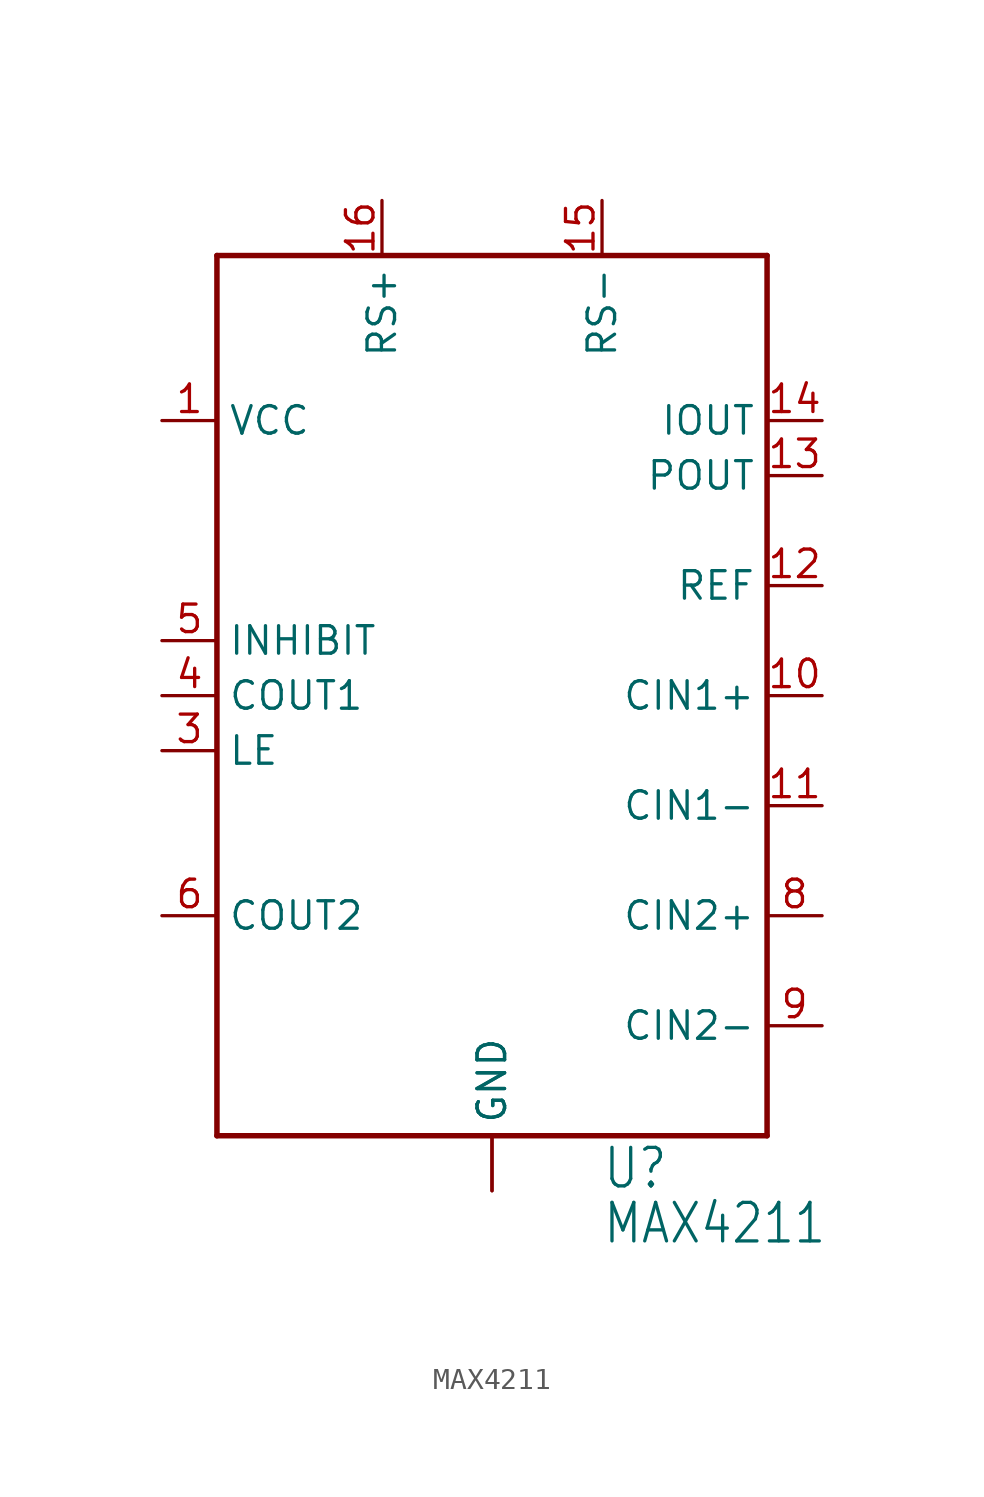
<source format=kicad_sym>
(kicad_symbol_lib
  (version 20211014)
  (generator kicad_symbol_editor)
  (symbol "MAX4211"
    (property "Reference" "U"
      (at 5.08 -25.4 0)
      (effects (font (size 1.778 1.511)) (justify left bottom)))
    (property "Value" "MAX4211"
      (at 5.08 -27.94 0)
      (effects (font (size 1.778 1.511)) (justify left bottom)))
    (property "ki_locked" ""
      (at 0 0 0)
      (effects (font (size 1.27 1.27))))
    (symbol "MAX4211_1_0"
      (polyline (pts (xy -12.7 -22.86) (xy -12.7 17.78)) (stroke (width 0.254) (type default) (color 0 0 0 0)) (fill (type none)))
      (polyline (pts (xy -12.7 17.78) (xy 12.7 17.78)) (stroke (width 0.254) (type default) (color 0 0 0 0)) (fill (type none)))
      (polyline (pts (xy 12.7 -22.86) (xy -12.7 -22.86)) (stroke (width 0.254) (type default) (color 0 0 0 0)) (fill (type none)))
      (polyline (pts (xy 12.7 17.78) (xy 12.7 -22.86)) (stroke (width 0.254) (type default) (color 0 0 0 0)) (fill (type none)))
      (pin power_in line (at -15.24 10.16 0) (length 2.54) (name "VCC" (effects (font (size 1.27 1.27)))) (number "1" (effects (font (size 1.27 1.27)))))
      (pin input line (at 15.24 -2.54 180) (length 2.54) (name "CIN1+" (effects (font (size 1.27 1.27)))) (number "10" (effects (font (size 1.27 1.27)))))
      (pin input line (at 15.24 -7.62 180) (length 2.54) (name "CIN1-" (effects (font (size 1.27 1.27)))) (number "11" (effects (font (size 1.27 1.27)))))
      (pin output line (at 15.24 2.54 180) (length 2.54) (name "REF" (effects (font (size 1.27 1.27)))) (number "12" (effects (font (size 1.27 1.27)))))
      (pin output line (at 15.24 7.62 180) (length 2.54) (name "POUT" (effects (font (size 1.27 1.27)))) (number "13" (effects (font (size 1.27 1.27)))))
      (pin output line (at 15.24 10.16 180) (length 2.54) (name "IOUT" (effects (font (size 1.27 1.27)))) (number "14" (effects (font (size 1.27 1.27)))))
      (pin passive line (at 5.08 20.32 270) (length 2.54) (name "RS-" (effects (font (size 1.27 1.27)))) (number "15" (effects (font (size 1.27 1.27)))))
      (pin passive line (at -5.08 20.32 270) (length 2.54) (name "RS+" (effects (font (size 1.27 1.27)))) (number "16" (effects (font (size 1.27 1.27)))))
      (pin input line (at -15.24 -5.08 0) (length 2.54) (name "LE" (effects (font (size 1.27 1.27)))) (number "3" (effects (font (size 1.27 1.27)))))
      (pin open_collector line (at -15.24 -2.54 0) (length 2.54) (name "COUT1" (effects (font (size 1.27 1.27)))) (number "4" (effects (font (size 1.27 1.27)))))
      (pin input line (at -15.24 0 0) (length 2.54) (name "INHIBIT" (effects (font (size 1.27 1.27)))) (number "5" (effects (font (size 1.27 1.27)))))
      (pin open_collector line (at -15.24 -12.7 0) (length 2.54) (name "COUT2" (effects (font (size 1.27 1.27)))) (number "6" (effects (font (size 1.27 1.27)))))
      (pin power_in line (at 0 -25.4 90) (length 2.54) (name "GND" (effects (font (size 1.27 1.27)))) (number "7" (effects (font (size 0 0)))))
      (pin input line (at 15.24 -12.7 180) (length 2.54) (name "CIN2+" (effects (font (size 1.27 1.27)))) (number "8" (effects (font (size 1.27 1.27)))))
      (pin input line (at 15.24 -17.78 180) (length 2.54) (name "CIN2-" (effects (font (size 1.27 1.27)))) (number "9" (effects (font (size 1.27 1.27)))))
      (pin power_in line (at 0 -25.4 90) (length 2.54) (name "GND" (effects (font (size 1.27 1.27)))) (number "EPAD" (effects (font (size 0 0))))))))
</source>
